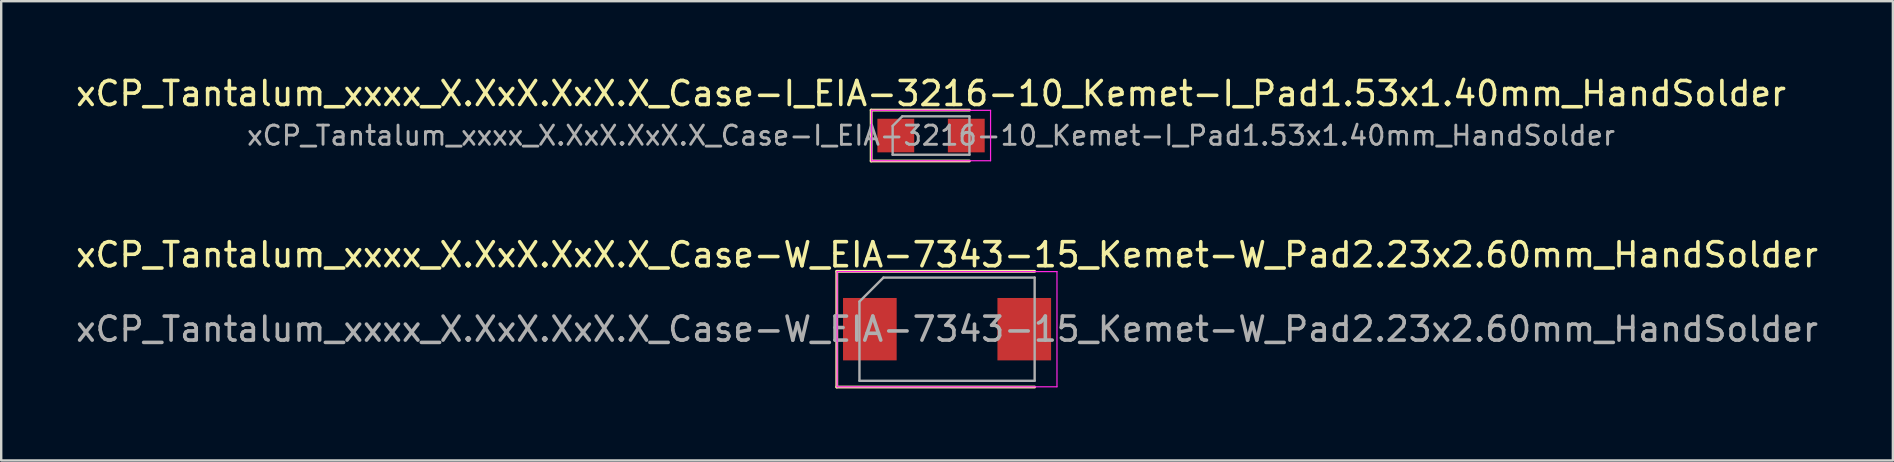
<source format=kicad_pcb>
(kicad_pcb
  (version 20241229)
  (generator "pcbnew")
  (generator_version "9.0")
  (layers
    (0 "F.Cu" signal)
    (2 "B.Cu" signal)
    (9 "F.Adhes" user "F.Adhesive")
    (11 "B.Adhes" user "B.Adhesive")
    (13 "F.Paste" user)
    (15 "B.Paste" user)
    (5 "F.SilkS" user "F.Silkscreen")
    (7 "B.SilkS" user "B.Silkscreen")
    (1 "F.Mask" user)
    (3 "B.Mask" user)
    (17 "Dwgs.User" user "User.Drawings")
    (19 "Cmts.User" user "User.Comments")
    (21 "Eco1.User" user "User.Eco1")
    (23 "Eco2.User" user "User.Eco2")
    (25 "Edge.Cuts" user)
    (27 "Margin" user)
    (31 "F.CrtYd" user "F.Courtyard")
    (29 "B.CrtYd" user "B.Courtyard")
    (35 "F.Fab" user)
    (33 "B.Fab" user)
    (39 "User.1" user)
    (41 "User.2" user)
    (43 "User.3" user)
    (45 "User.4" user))
  (footprint "xCP_Tantalum_xxxx_X.XxX.XxX.X_Case-I_EIA-3216-10_Kemet-I_Pad1.53x1.40mm_HandSolder"
    (layer "F.Cu")
    (at 35.744 2.598)
    (property "Reference" "xCP_Tantalum_xxxx_X.XxX.XxX.X_Case-I_EIA-3216-10_Kemet-I_Pad1.53x1.40mm_HandSolder" (at 0 -1.75 0) (layer "F.SilkS") (effects (font (size 1 1) (thickness 0.15))))
    (attr smd)
    (fp_line (start -2.495 -1.06) (end -2.495 1.06) (stroke (width 0.12) (type solid)) (layer "F.SilkS"))
    (fp_line (start -2.495 1.06) (end 1.6 1.06) (stroke (width 0.12) (type solid)) (layer "F.SilkS"))
    (fp_line (start 1.6 -1.06) (end -2.495 -1.06) (stroke (width 0.12) (type solid)) (layer "F.SilkS"))
    (fp_line (start -2.48 -1.05) (end 2.48 -1.05) (stroke (width 0.05) (type solid)) (layer "F.CrtYd"))
    (fp_line (start -2.48 1.05) (end -2.48 -1.05) (stroke (width 0.05) (type solid)) (layer "F.CrtYd"))
    (fp_line (start 2.48 -1.05) (end 2.48 1.05) (stroke (width 0.05) (type solid)) (layer "F.CrtYd"))
    (fp_line (start 2.48 1.05) (end -2.48 1.05) (stroke (width 0.05) (type solid)) (layer "F.CrtYd"))
    (fp_line (start -1.6 -0.4) (end -1.6 0.8) (stroke (width 0.1) (type solid)) (layer "F.Fab"))
    (fp_line (start -1.6 0.8) (end 1.6 0.8) (stroke (width 0.1) (type solid)) (layer "F.Fab"))
    (fp_line (start -1.2 -0.8) (end -1.6 -0.4) (stroke (width 0.1) (type solid)) (layer "F.Fab"))
    (fp_line (start 1.6 -0.8) (end -1.2 -0.8) (stroke (width 0.1) (type solid)) (layer "F.Fab"))
    (fp_line (start 1.6 0.8) (end 1.6 -0.8) (stroke (width 0.1) (type solid)) (layer "F.Fab"))
    (fp_text user "${REFERENCE}" (at 0 0 0) (layer "F.Fab") (effects (font (size 0.8 0.8) (thickness 0.12))))
    (pad "1" smd rect (at -1.468 0) (size 1.535 1.4) (layers "F.Cu" "F.Mask" "F.Paste"))
    (pad "2" smd rect (at 1.468 0) (size 1.535 1.4) (layers "F.Cu" "F.Mask" "F.Paste")))
  (footprint "xCP_Tantalum_xxxx_X.XxX.XxX.X_Case-W_EIA-7343-15_Kemet-W_Pad2.23x2.60mm_HandSolder"
    (layer "F.Cu")
    (at 36.411 10.666)
    (property "Reference" "xCP_Tantalum_xxxx_X.XxX.XxX.X_Case-W_EIA-7343-15_Kemet-W_Pad2.23x2.60mm_HandSolder" (at 0 -3.1 0) (layer "F.SilkS") (effects (font (size 1 1) (thickness 0.15))))
    (attr smd)
    (fp_line (start -4.595 -2.41) (end -4.595 2.41) (stroke (width 0.12) (type solid)) (layer "F.SilkS"))
    (fp_line (start -4.595 2.41) (end 3.65 2.41) (stroke (width 0.12) (type solid)) (layer "F.SilkS"))
    (fp_line (start 3.65 -2.41) (end -4.595 -2.41) (stroke (width 0.12) (type solid)) (layer "F.SilkS"))
    (fp_line (start -4.58 -2.4) (end 4.58 -2.4) (stroke (width 0.05) (type solid)) (layer "F.CrtYd"))
    (fp_line (start -4.58 2.4) (end -4.58 -2.4) (stroke (width 0.05) (type solid)) (layer "F.CrtYd"))
    (fp_line (start 4.58 -2.4) (end 4.58 2.4) (stroke (width 0.05) (type solid)) (layer "F.CrtYd"))
    (fp_line (start 4.58 2.4) (end -4.58 2.4) (stroke (width 0.05) (type solid)) (layer "F.CrtYd"))
    (fp_line (start -3.65 -1.15) (end -3.65 2.15) (stroke (width 0.1) (type solid)) (layer "F.Fab"))
    (fp_line (start -3.65 2.15) (end 3.65 2.15) (stroke (width 0.1) (type solid)) (layer "F.Fab"))
    (fp_line (start -2.65 -2.15) (end -3.65 -1.15) (stroke (width 0.1) (type solid)) (layer "F.Fab"))
    (fp_line (start 3.65 -2.15) (end -2.65 -2.15) (stroke (width 0.1) (type solid)) (layer "F.Fab"))
    (fp_line (start 3.65 2.15) (end 3.65 -2.15) (stroke (width 0.1) (type solid)) (layer "F.Fab"))
    (fp_text user "${REFERENCE}" (at 0 0 0) (layer "F.Fab") (effects (font (size 1 1) (thickness 0.15))))
    (pad "1" smd rect (at -3.217 0) (size 2.235 2.6) (layers "F.Cu" "F.Mask" "F.Paste"))
    (pad "2" smd rect (at 3.217 0) (size 2.235 2.6) (layers "F.Cu" "F.Mask" "F.Paste")))
  (gr_rect
    (start -3 -3)
    (end 75.821 16.137)
    (stroke (width 0.1) (type default))
    (fill no)
    (layer "Edge.Cuts")))
</source>
